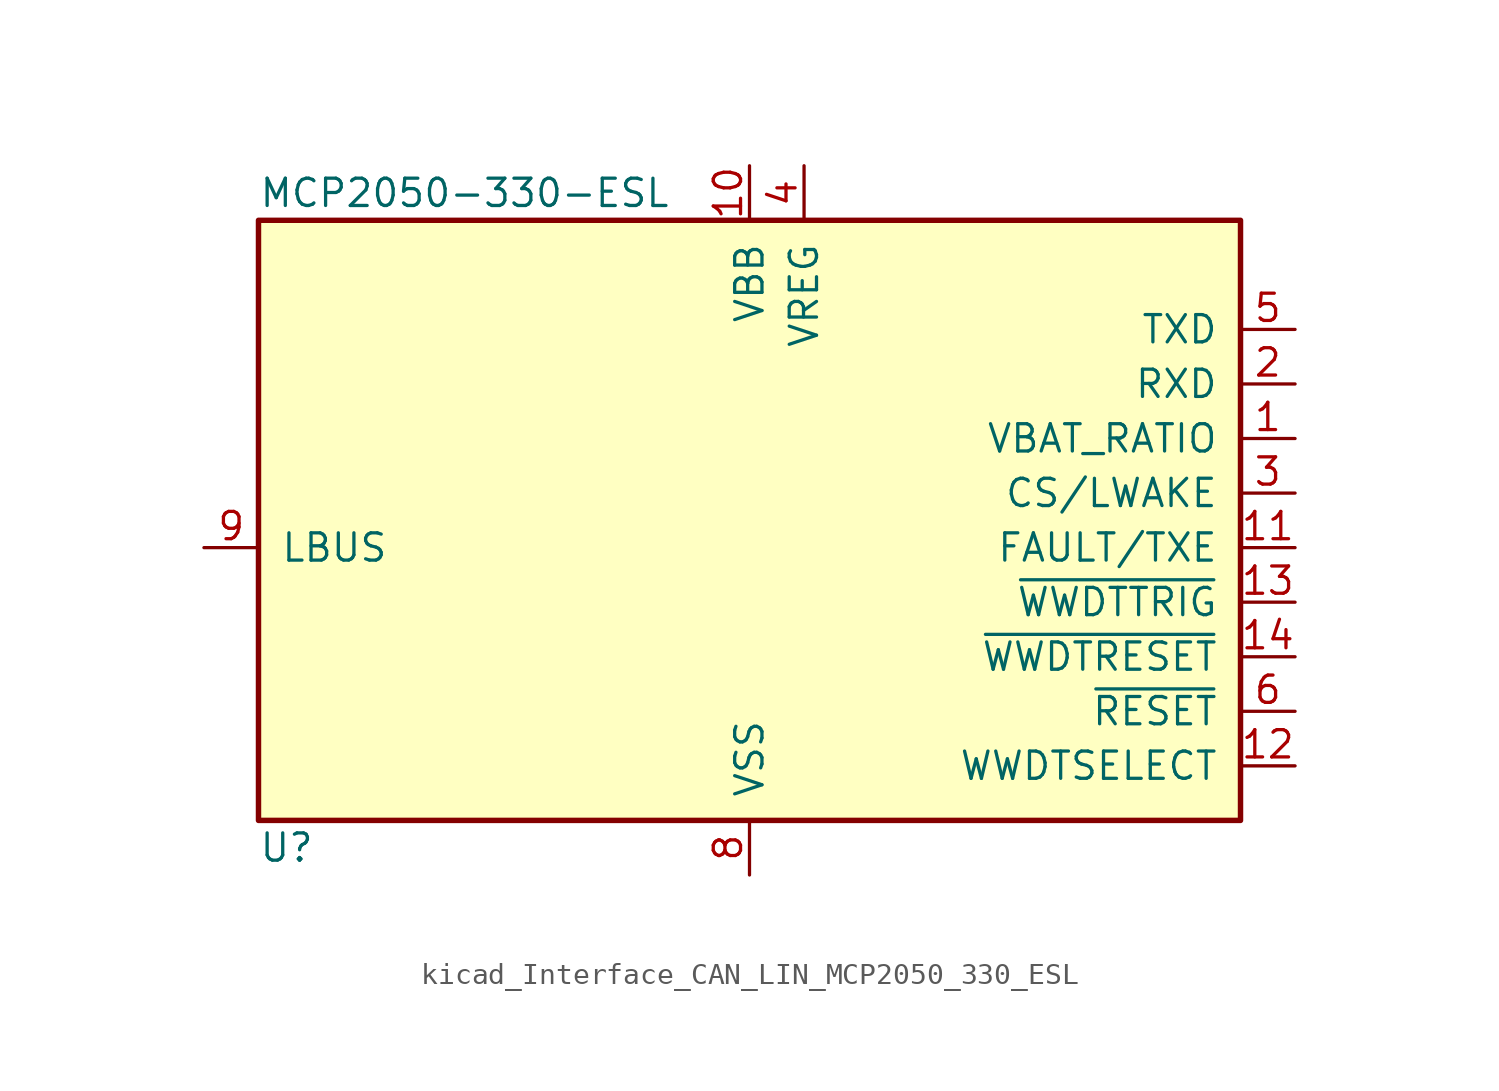
<source format=kicad_sym>
(kicad_symbol_lib
  (version 20220914)
  (generator kicad_symbol_editor)
  (symbol "kicad_Interface_CAN_LIN_MCP2050_330_ESL"
    (pin_names
      (offset 1.016))
    (property "Reference" "U"
      (at -22.86 -13.97 0)
      (effects (font (size 1.27 1.27)) (justify left)))
    (property "Value" "MCP2050-330-ESL"
      (at -22.86 16.51 0)
      (effects (font (size 1.27 1.27)) (justify left)))
    (symbol "kicad_Interface_CAN_LIN_MCP2050_330_ESL_0_1"
      (rectangle (start -22.86 15.24) (end 22.86 -12.7) (stroke (width 0.254) (type default)) (fill (type background))))
    (symbol "kicad_Interface_CAN_LIN_MCP2050_330_ESL_1_1"
      (pin output line (at 25.4 5.08 180) (length 2.54) (name "VBAT_RATIO" (effects (font (size 1.27 1.27)))) (number "1" (effects (font (size 1.27 1.27)))))
      (pin power_in line (at 0 17.78 270) (length 2.54) (name "VBB" (effects (font (size 1.27 1.27)))) (number "10" (effects (font (size 1.27 1.27)))))
      (pin open_collector line (at 25.4 0 180) (length 2.54) (name "FAULT/TXE" (effects (font (size 1.27 1.27)))) (number "11" (effects (font (size 1.27 1.27)))))
      (pin input line (at 25.4 -10.16 180) (length 2.54) (name "WWDTSELECT" (effects (font (size 1.27 1.27)))) (number "12" (effects (font (size 1.27 1.27)))))
      (pin input line (at 25.4 -2.54 180) (length 2.54) (name "~{WWDTTRIG}" (effects (font (size 1.27 1.27)))) (number "13" (effects (font (size 1.27 1.27)))))
      (pin output line (at 25.4 -5.08 180) (length 2.54) (name "~{WWDTRESET}" (effects (font (size 1.27 1.27)))) (number "14" (effects (font (size 1.27 1.27)))))
      (pin output line (at 25.4 7.62 180) (length 2.54) (name "RXD" (effects (font (size 1.27 1.27)))) (number "2" (effects (font (size 1.27 1.27)))))
      (pin input line (at 25.4 2.54 180) (length 2.54) (name "CS/LWAKE" (effects (font (size 1.27 1.27)))) (number "3" (effects (font (size 1.27 1.27)))))
      (pin power_out line (at 2.54 17.78 270) (length 2.54) (name "VREG" (effects (font (size 1.27 1.27)))) (number "4" (effects (font (size 1.27 1.27)))))
      (pin input line (at 25.4 10.16 180) (length 2.54) (name "TXD" (effects (font (size 1.27 1.27)))) (number "5" (effects (font (size 1.27 1.27)))))
      (pin output line (at 25.4 -7.62 180) (length 2.54) (name "~{RESET}" (effects (font (size 1.27 1.27)))) (number "6" (effects (font (size 1.27 1.27)))))
      (pin no_connect line (at -22.86 -7.62 0) (length 2.54) hide (name "NC" (effects (font (size 1.27 1.27)))) (number "7" (effects (font (size 1.27 1.27)))))
      (pin power_in line (at 0 -15.24 90) (length 2.54) (name "VSS" (effects (font (size 1.27 1.27)))) (number "8" (effects (font (size 1.27 1.27)))))
      (pin open_collector line (at -25.4 0 0) (length 2.54) (name "LBUS" (effects (font (size 1.27 1.27)))) (number "9" (effects (font (size 1.27 1.27))))))))
</source>
